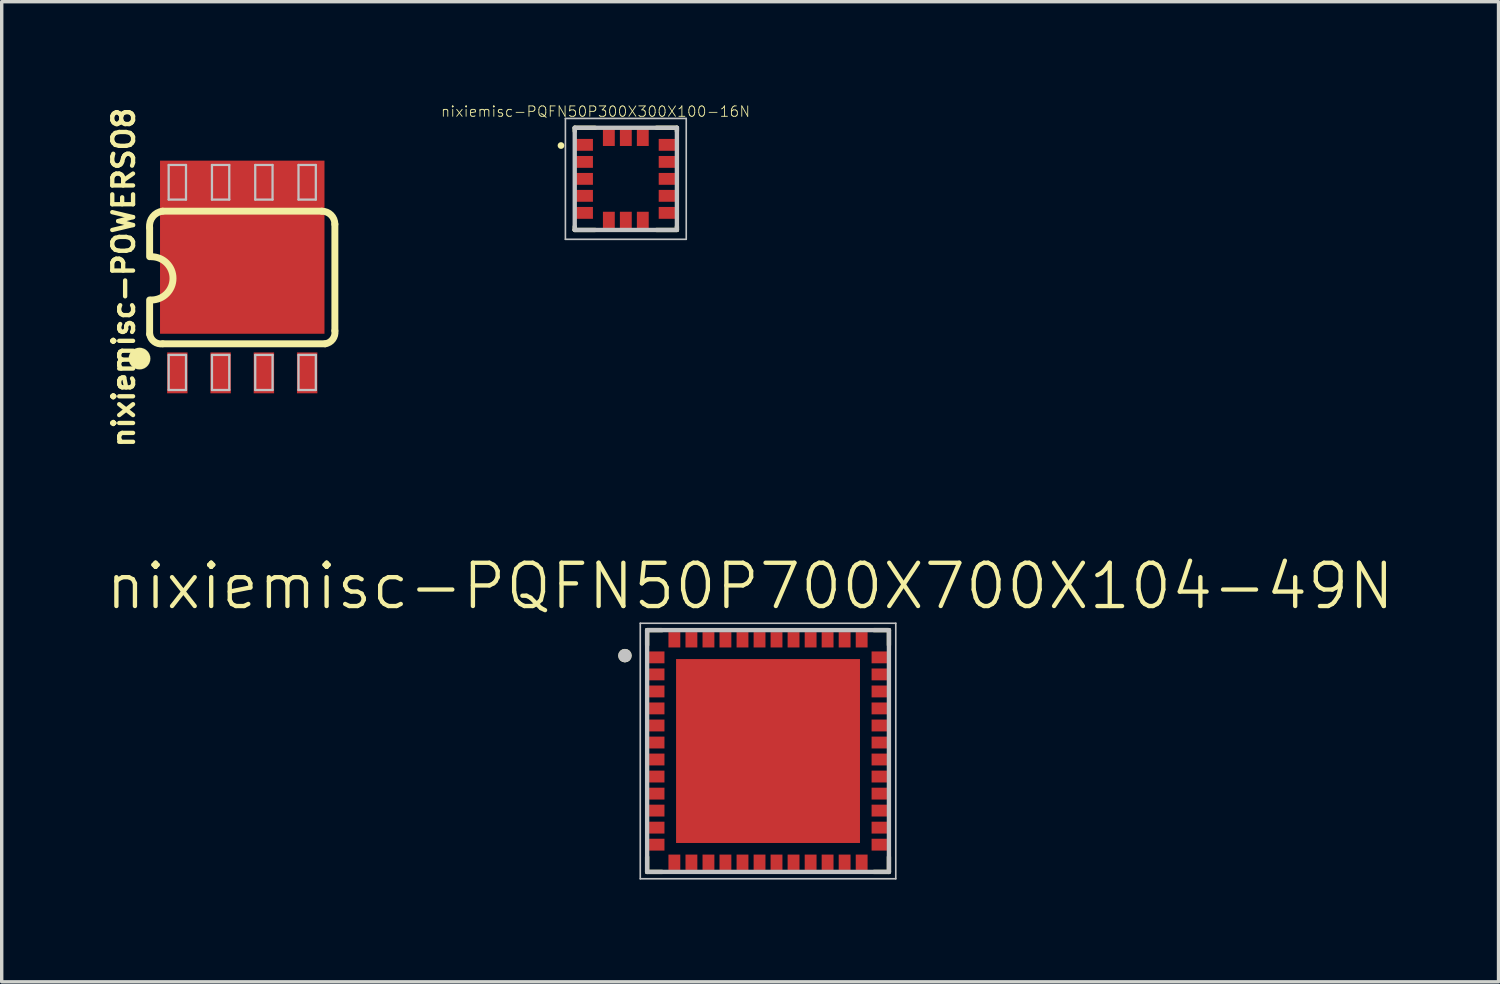
<source format=kicad_pcb>
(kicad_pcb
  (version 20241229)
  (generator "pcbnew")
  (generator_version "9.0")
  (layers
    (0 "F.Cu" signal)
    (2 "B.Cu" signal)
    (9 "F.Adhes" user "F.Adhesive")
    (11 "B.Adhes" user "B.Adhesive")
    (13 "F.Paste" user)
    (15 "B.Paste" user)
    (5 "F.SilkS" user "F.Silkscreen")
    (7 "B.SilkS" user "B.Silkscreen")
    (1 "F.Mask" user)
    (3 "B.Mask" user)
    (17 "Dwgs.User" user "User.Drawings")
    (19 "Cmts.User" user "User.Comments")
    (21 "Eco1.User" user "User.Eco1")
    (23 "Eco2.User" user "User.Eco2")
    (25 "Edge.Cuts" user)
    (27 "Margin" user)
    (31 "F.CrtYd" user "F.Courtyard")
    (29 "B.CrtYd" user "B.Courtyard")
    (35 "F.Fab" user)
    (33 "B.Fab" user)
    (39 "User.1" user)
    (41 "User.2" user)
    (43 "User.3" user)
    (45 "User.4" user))
  (footprint "nixiemisc-PQFN50P300X300X100-16N"
    (layer "F.Cu")
    (at 15.315 2.199)
    (property "Reference" "nixiemisc-PQFN50P300X300X100-16N" (at -0.889 -1.976 0) (layer "F.SilkS") (effects (font (size 0.305 0.305) (thickness 0.025))))
    (attr smd)
    (fp_line (start -1.499 -1.499) (end -0.899 -1.499) (stroke (width 0.127) (type solid)) (layer "F.SilkS"))
    (fp_line (start -1.499 -1.4) (end -1.499 -1.499) (stroke (width 0.127) (type solid)) (layer "F.SilkS"))
    (fp_line (start -1.499 1.4) (end -1.499 1.499) (stroke (width 0.127) (type solid)) (layer "F.SilkS"))
    (fp_line (start -1.499 1.499) (end -0.899 1.499) (stroke (width 0.127) (type solid)) (layer "F.SilkS"))
    (fp_line (start 0.899 -1.499) (end 1.499 -1.499) (stroke (width 0.127) (type solid)) (layer "F.SilkS"))
    (fp_line (start 0.899 1.499) (end 1.499 1.499) (stroke (width 0.127) (type solid)) (layer "F.SilkS"))
    (fp_line (start 1.499 -1.499) (end 1.499 -1.4) (stroke (width 0.127) (type solid)) (layer "F.SilkS"))
    (fp_line (start 1.499 1.499) (end 1.499 1.4) (stroke (width 0.127) (type solid)) (layer "F.SilkS"))
    (fp_circle (center -1.902 -0.978) (end -1.902 -1.077) (stroke (width 0) (type solid)) (fill yes) (layer "F.SilkS"))
    (fp_line (start -1.773 -1.773) (end 1.773 -1.773) (stroke (width 0.048) (type solid)) (layer "Dwgs.User"))
    (fp_line (start -1.773 1.773) (end -1.773 -1.773) (stroke (width 0.048) (type solid)) (layer "Dwgs.User"))
    (fp_line (start -1.499 -1.499) (end 1.499 -1.499) (stroke (width 0.127) (type solid)) (layer "Dwgs.User"))
    (fp_line (start -1.499 1.499) (end -1.499 -1.499) (stroke (width 0.127) (type solid)) (layer "Dwgs.User"))
    (fp_line (start 1.499 -1.499) (end 1.499 1.499) (stroke (width 0.127) (type solid)) (layer "Dwgs.User"))
    (fp_line (start 1.499 1.499) (end -1.499 1.499) (stroke (width 0.127) (type solid)) (layer "Dwgs.User"))
    (fp_line (start 1.773 -1.773) (end 1.773 1.773) (stroke (width 0.048) (type solid)) (layer "Dwgs.User"))
    (fp_line (start 1.773 1.773) (end -1.773 1.773) (stroke (width 0.048) (type solid)) (layer "Dwgs.User"))
    (pad "1" smd rect (at -1.224 -0.998) (size 0.518 0.348) (layers "F.Cu" "F.Mask" "F.Paste"))
    (pad "2" smd rect (at -1.224 -0.498) (size 0.518 0.348) (layers "F.Cu" "F.Mask" "F.Paste"))
    (pad "3" smd rect (at -1.224 0) (size 0.518 0.348) (layers "F.Cu" "F.Mask" "F.Paste"))
    (pad "4" smd rect (at -1.224 0.498) (size 0.518 0.348) (layers "F.Cu" "F.Mask" "F.Paste"))
    (pad "5" smd rect (at -1.224 0.998) (size 0.518 0.348) (layers "F.Cu" "F.Mask" "F.Paste"))
    (pad "6" smd rect (at -0.498 1.224 90) (size 0.518 0.348) (layers "F.Cu" "F.Mask" "F.Paste"))
    (pad "7" smd rect (at 0 1.224 90) (size 0.518 0.348) (layers "F.Cu" "F.Mask" "F.Paste"))
    (pad "8" smd rect (at 0.498 1.224 90) (size 0.518 0.348) (layers "F.Cu" "F.Mask" "F.Paste"))
    (pad "9" smd rect (at 1.224 0.998 180) (size 0.518 0.348) (layers "F.Cu" "F.Mask" "F.Paste"))
    (pad "10" smd rect (at 1.224 0.498 180) (size 0.518 0.348) (layers "F.Cu" "F.Mask" "F.Paste"))
    (pad "11" smd rect (at 1.224 0 180) (size 0.518 0.348) (layers "F.Cu" "F.Mask" "F.Paste"))
    (pad "12" smd rect (at 1.224 -0.498 180) (size 0.518 0.348) (layers "F.Cu" "F.Mask" "F.Paste"))
    (pad "13" smd rect (at 1.224 -0.998 180) (size 0.518 0.348) (layers "F.Cu" "F.Mask" "F.Paste"))
    (pad "14" smd rect (at 0.498 -1.224 90) (size 0.518 0.348) (layers "F.Cu" "F.Mask" "F.Paste"))
    (pad "15" smd rect (at 0 -1.224 90) (size 0.518 0.348) (layers "F.Cu" "F.Mask" "F.Paste"))
    (pad "16" smd rect (at -0.498 -1.224 90) (size 0.518 0.348) (layers "F.Cu" "F.Mask" "F.Paste")))
  (footprint "nixiemisc-PQFN50P700X700X104-49N"
    (layer "F.Cu")
    (at 19.488 18.989)
    (property "Reference" "nixiemisc-PQFN50P700X700X104-49N" (at -0.526 -4.836 0) (layer "F.SilkS") (effects (font (size 1.27 1.27) (thickness 0.127))))
    (attr smd)
    (fp_line (start -3.548 -3.548) (end -3.109 -3.548) (stroke (width 0.127) (type solid)) (layer "F.SilkS"))
    (fp_line (start -3.548 -3.109) (end -3.548 -3.548) (stroke (width 0.127) (type solid)) (layer "F.SilkS"))
    (fp_line (start -3.548 3.109) (end -3.548 3.548) (stroke (width 0.127) (type solid)) (layer "F.SilkS"))
    (fp_line (start -3.548 3.548) (end -3.109 3.548) (stroke (width 0.127) (type solid)) (layer "F.SilkS"))
    (fp_line (start 3.548 -3.548) (end 3.109 -3.548) (stroke (width 0.127) (type solid)) (layer "F.SilkS"))
    (fp_line (start 3.548 -3.109) (end 3.548 -3.548) (stroke (width 0.127) (type solid)) (layer "F.SilkS"))
    (fp_line (start 3.548 3.109) (end 3.548 3.548) (stroke (width 0.127) (type solid)) (layer "F.SilkS"))
    (fp_line (start 3.548 3.548) (end 3.109 3.548) (stroke (width 0.127) (type solid)) (layer "F.SilkS"))
    (fp_circle (center -4.199 -2.799) (end -4.199 -2.898) (stroke (width 0.198) (type solid)) (fill no) (layer "F.SilkS"))
    (fp_line (start -2.304 -0.394) (end -2.304 -2.304) (stroke (width 0.066) (type solid)) (layer "F.Paste"))
    (fp_line (start -2.304 0.394) (end -2.304 2.304) (stroke (width 0.066) (type solid)) (layer "F.Paste"))
    (fp_line (start -0.394 -2.304) (end -2.304 -2.304) (stroke (width 0.066) (type solid)) (layer "F.Paste"))
    (fp_line (start -0.394 -0.394) (end -2.304 -0.394) (stroke (width 0.066) (type solid)) (layer "F.Paste"))
    (fp_line (start -0.394 -0.394) (end -0.394 -2.304) (stroke (width 0.066) (type solid)) (layer "F.Paste"))
    (fp_line (start -0.394 0.394) (end -2.304 0.394) (stroke (width 0.066) (type solid)) (layer "F.Paste"))
    (fp_line (start -0.394 0.394) (end -0.394 2.304) (stroke (width 0.066) (type solid)) (layer "F.Paste"))
    (fp_line (start -0.394 2.304) (end -2.304 2.304) (stroke (width 0.066) (type solid)) (layer "F.Paste"))
    (fp_line (start 0.394 -2.304) (end 2.304 -2.304) (stroke (width 0.066) (type solid)) (layer "F.Paste"))
    (fp_line (start 0.394 -0.394) (end 0.394 -2.304) (stroke (width 0.066) (type solid)) (layer "F.Paste"))
    (fp_line (start 0.394 -0.394) (end 2.304 -0.394) (stroke (width 0.066) (type solid)) (layer "F.Paste"))
    (fp_line (start 0.394 0.394) (end 0.394 2.304) (stroke (width 0.066) (type solid)) (layer "F.Paste"))
    (fp_line (start 0.394 0.394) (end 2.304 0.394) (stroke (width 0.066) (type solid)) (layer "F.Paste"))
    (fp_line (start 0.394 2.304) (end 2.304 2.304) (stroke (width 0.066) (type solid)) (layer "F.Paste"))
    (fp_line (start 2.304 -0.394) (end 2.304 -2.304) (stroke (width 0.066) (type solid)) (layer "F.Paste"))
    (fp_line (start 2.304 0.394) (end 2.304 2.304) (stroke (width 0.066) (type solid)) (layer "F.Paste"))
    (fp_line (start -3.749 -3.749) (end -3.749 3.749) (stroke (width 0.048) (type solid)) (layer "Dwgs.User"))
    (fp_line (start -3.749 3.749) (end 3.749 3.749) (stroke (width 0.048) (type solid)) (layer "Dwgs.User"))
    (fp_line (start -3.548 -3.548) (end 3.548 -3.548) (stroke (width 0.127) (type solid)) (layer "Dwgs.User"))
    (fp_line (start -3.548 3.548) (end -3.548 -3.548) (stroke (width 0.127) (type solid)) (layer "Dwgs.User"))
    (fp_line (start 3.548 -3.548) (end 3.548 3.548) (stroke (width 0.127) (type solid)) (layer "Dwgs.User"))
    (fp_line (start 3.548 3.548) (end -3.548 3.548) (stroke (width 0.127) (type solid)) (layer "Dwgs.User"))
    (fp_line (start 3.749 -3.749) (end -3.749 -3.749) (stroke (width 0.048) (type solid)) (layer "Dwgs.User"))
    (fp_line (start 3.749 3.749) (end 3.749 -3.749) (stroke (width 0.048) (type solid)) (layer "Dwgs.User"))
    (fp_circle (center -4.199 -2.799) (end -4.199 -2.898) (stroke (width 0.198) (type solid)) (fill no) (layer "Dwgs.User"))
    (pad "1" smd rect (at -3.264 -2.748 180) (size 0.45 0.348) (layers "F.Cu" "F.Mask" "F.Paste"))
    (pad "2" smd rect (at -3.264 -2.248 180) (size 0.45 0.348) (layers "F.Cu" "F.Mask" "F.Paste"))
    (pad "3" smd rect (at -3.264 -1.748 180) (size 0.45 0.348) (layers "F.Cu" "F.Mask" "F.Paste"))
    (pad "4" smd rect (at -3.264 -1.25 180) (size 0.45 0.348) (layers "F.Cu" "F.Mask" "F.Paste"))
    (pad "5" smd rect (at -3.264 -0.749 180) (size 0.45 0.348) (layers "F.Cu" "F.Mask" "F.Paste"))
    (pad "6" smd rect (at -3.264 -0.249 180) (size 0.45 0.348) (layers "F.Cu" "F.Mask" "F.Paste"))
    (pad "7" smd rect (at -3.264 0.249 180) (size 0.45 0.348) (layers "F.Cu" "F.Mask" "F.Paste"))
    (pad "8" smd rect (at -3.264 0.749 180) (size 0.45 0.348) (layers "F.Cu" "F.Mask" "F.Paste"))
    (pad "9" smd rect (at -3.264 1.25 180) (size 0.45 0.348) (layers "F.Cu" "F.Mask" "F.Paste"))
    (pad "10" smd rect (at -3.264 1.748 180) (size 0.45 0.348) (layers "F.Cu" "F.Mask" "F.Paste"))
    (pad "11" smd rect (at -3.264 2.248 180) (size 0.45 0.348) (layers "F.Cu" "F.Mask" "F.Paste"))
    (pad "12" smd rect (at -3.264 2.748 180) (size 0.45 0.348) (layers "F.Cu" "F.Mask" "F.Paste"))
    (pad "13" smd rect (at -2.748 3.264 270) (size 0.45 0.348) (layers "F.Cu" "F.Mask" "F.Paste"))
    (pad "14" smd rect (at -2.248 3.264 270) (size 0.45 0.348) (layers "F.Cu" "F.Mask" "F.Paste"))
    (pad "15" smd rect (at -1.748 3.264 270) (size 0.45 0.348) (layers "F.Cu" "F.Mask" "F.Paste"))
    (pad "16" smd rect (at -1.25 3.264 270) (size 0.45 0.348) (layers "F.Cu" "F.Mask" "F.Paste"))
    (pad "17" smd rect (at -0.749 3.264 270) (size 0.45 0.348) (layers "F.Cu" "F.Mask" "F.Paste"))
    (pad "18" smd rect (at -0.249 3.264 270) (size 0.45 0.348) (layers "F.Cu" "F.Mask" "F.Paste"))
    (pad "19" smd rect (at 0.249 3.264 270) (size 0.45 0.348) (layers "F.Cu" "F.Mask" "F.Paste"))
    (pad "20" smd rect (at 0.749 3.264 270) (size 0.45 0.348) (layers "F.Cu" "F.Mask" "F.Paste"))
    (pad "21" smd rect (at 1.25 3.264 270) (size 0.45 0.348) (layers "F.Cu" "F.Mask" "F.Paste"))
    (pad "22" smd rect (at 1.748 3.264 270) (size 0.45 0.348) (layers "F.Cu" "F.Mask" "F.Paste"))
    (pad "23" smd rect (at 2.248 3.264 270) (size 0.45 0.348) (layers "F.Cu" "F.Mask" "F.Paste"))
    (pad "24" smd rect (at 2.748 3.264 270) (size 0.45 0.348) (layers "F.Cu" "F.Mask" "F.Paste"))
    (pad "25" smd rect (at 3.264 2.748) (size 0.45 0.348) (layers "F.Cu" "F.Mask" "F.Paste"))
    (pad "26" smd rect (at 3.264 2.248) (size 0.45 0.348) (layers "F.Cu" "F.Mask" "F.Paste"))
    (pad "27" smd rect (at 3.264 1.748) (size 0.45 0.348) (layers "F.Cu" "F.Mask" "F.Paste"))
    (pad "28" smd rect (at 3.264 1.25) (size 0.45 0.348) (layers "F.Cu" "F.Mask" "F.Paste"))
    (pad "29" smd rect (at 3.264 0.749) (size 0.45 0.348) (layers "F.Cu" "F.Mask" "F.Paste"))
    (pad "30" smd rect (at 3.264 0.249) (size 0.45 0.348) (layers "F.Cu" "F.Mask" "F.Paste"))
    (pad "31" smd rect (at 3.264 -0.249) (size 0.45 0.348) (layers "F.Cu" "F.Mask" "F.Paste"))
    (pad "32" smd rect (at 3.264 -0.749) (size 0.45 0.348) (layers "F.Cu" "F.Mask" "F.Paste"))
    (pad "33" smd rect (at 3.264 -1.25) (size 0.45 0.348) (layers "F.Cu" "F.Mask" "F.Paste"))
    (pad "34" smd rect (at 3.264 -1.748) (size 0.45 0.348) (layers "F.Cu" "F.Mask" "F.Paste"))
    (pad "35" smd rect (at 3.264 -2.248) (size 0.45 0.348) (layers "F.Cu" "F.Mask" "F.Paste"))
    (pad "36" smd rect (at 3.264 -2.748) (size 0.45 0.348) (layers "F.Cu" "F.Mask" "F.Paste"))
    (pad "37" smd rect (at 2.748 -3.264 90) (size 0.45 0.348) (layers "F.Cu" "F.Mask" "F.Paste"))
    (pad "38" smd rect (at 2.248 -3.264 90) (size 0.45 0.348) (layers "F.Cu" "F.Mask" "F.Paste"))
    (pad "39" smd rect (at 1.748 -3.264 90) (size 0.45 0.348) (layers "F.Cu" "F.Mask" "F.Paste"))
    (pad "40" smd rect (at 1.25 -3.264 90) (size 0.45 0.348) (layers "F.Cu" "F.Mask" "F.Paste"))
    (pad "41" smd rect (at 0.749 -3.264 90) (size 0.45 0.348) (layers "F.Cu" "F.Mask" "F.Paste"))
    (pad "42" smd rect (at 0.249 -3.264 90) (size 0.45 0.348) (layers "F.Cu" "F.Mask" "F.Paste"))
    (pad "43" smd rect (at -0.249 -3.264 90) (size 0.45 0.348) (layers "F.Cu" "F.Mask" "F.Paste"))
    (pad "44" smd rect (at -0.749 -3.264 90) (size 0.45 0.348) (layers "F.Cu" "F.Mask" "F.Paste"))
    (pad "45" smd rect (at -1.25 -3.264 90) (size 0.45 0.348) (layers "F.Cu" "F.Mask" "F.Paste"))
    (pad "46" smd rect (at -1.748 -3.264 90) (size 0.45 0.348) (layers "F.Cu" "F.Mask" "F.Paste"))
    (pad "47" smd rect (at -2.248 -3.264 90) (size 0.45 0.348) (layers "F.Cu" "F.Mask" "F.Paste"))
    (pad "48" smd rect (at -2.748 -3.264 90) (size 0.45 0.348) (layers "F.Cu" "F.Mask" "F.Paste"))
    (pad "49" smd rect (at 0 0) (size 5.397 5.397) (layers "F.Cu" "F.Mask" "F.Paste")))
  (footprint "nixiemisc-POWERSO8"
    (layer "F.Cu")
    (at 4.059 5.093)
    (property "Reference" "nixiemisc-POWERSO8" (at -3.48 0 90) (layer "F.SilkS") (effects (font (size 0.61 0.61) (thickness 0.127))))
    (attr smd)
    (fp_line (start -2.718 -1.45) (end -2.718 -0.61) (stroke (width 0.203) (type solid)) (layer "F.SilkS"))
    (fp_line (start -2.718 1.664) (end -2.718 0.66) (stroke (width 0.203) (type solid)) (layer "F.SilkS"))
    (fp_line (start -2.337 1.946) (end 2.436 1.946) (stroke (width 0.203) (type solid)) (layer "F.SilkS"))
    (fp_line (start 2.337 -1.946) (end -2.337 -1.946) (stroke (width 0.203) (type solid)) (layer "F.SilkS"))
    (fp_line (start 2.718 1.565) (end 2.718 -1.565) (stroke (width 0.203) (type solid)) (layer "F.SilkS"))
    (fp_arc (start -2.7178 -1.46304) (mid -2.62725 -1.783248) (end -2.3368 -1.94564) (stroke (width 0.2032) (type solid)) (layer "F.SilkS"))
    (fp_arc (start -2.667 -0.6096) (mid -2.032 0.0254) (end -2.667 0.6604) (stroke (width 0.2032) (type solid)) (layer "F.SilkS"))
    (fp_arc (start -2.3368 1.94564) (mid -2.584422 1.883052) (end -2.71526 1.6637) (stroke (width 0.2032) (type solid)) (layer "F.SilkS"))
    (fp_arc (start 2.3368 -1.94564) (mid 2.606208 -1.834048) (end 2.7178 -1.56464) (stroke (width 0.2032) (type solid)) (layer "F.SilkS"))
    (fp_arc (start 2.7178 1.56464) (mid 2.654468 1.814058) (end 2.43332 1.94564) (stroke (width 0.2032) (type solid)) (layer "F.SilkS"))
    (fp_poly (pts (xy -2.697 2.38) (xy -2.705 2.309) (xy -2.728 2.243) (xy -2.766 2.182) (xy -2.817 2.131) (xy -2.878 2.093) (xy -2.944 2.07) (xy -3.015 2.062) (xy -3.086 2.07) (xy -3.152 2.093) (xy -3.213 2.131) (xy -3.264 2.182) (xy -3.302 2.243) (xy -3.325 2.309) (xy -3.332 2.38) (xy -3.325 2.451) (xy -3.302 2.517) (xy -3.264 2.578) (xy -3.213 2.629) (xy -3.152 2.667) (xy -3.086 2.69) (xy -3.015 2.697) (xy -2.944 2.69) (xy -2.878 2.667) (xy -2.817 2.629) (xy -2.766 2.578) (xy -2.728 2.517) (xy -2.705 2.451) (xy -2.697 2.38)) (stroke (width 0.003) (type solid)) (fill yes) (layer "F.SilkS"))
    (fp_line (start -2.159 -3.302) (end -1.651 -3.302) (stroke (width 0.066) (type solid)) (layer "Dwgs.User"))
    (fp_line (start -2.159 -2.286) (end -2.159 -3.302) (stroke (width 0.066) (type solid)) (layer "Dwgs.User"))
    (fp_line (start -2.159 -2.286) (end -1.651 -2.286) (stroke (width 0.066) (type solid)) (layer "Dwgs.User"))
    (fp_line (start -2.159 2.273) (end -1.651 2.273) (stroke (width 0.066) (type solid)) (layer "Dwgs.User"))
    (fp_line (start -2.159 3.302) (end -2.159 2.273) (stroke (width 0.066) (type solid)) (layer "Dwgs.User"))
    (fp_line (start -2.159 3.302) (end -1.651 3.302) (stroke (width 0.066) (type solid)) (layer "Dwgs.User"))
    (fp_line (start -1.651 -2.286) (end -1.651 -3.302) (stroke (width 0.066) (type solid)) (layer "Dwgs.User"))
    (fp_line (start -1.651 3.302) (end -1.651 2.273) (stroke (width 0.066) (type solid)) (layer "Dwgs.User"))
    (fp_line (start -0.889 -3.302) (end -0.381 -3.302) (stroke (width 0.066) (type solid)) (layer "Dwgs.User"))
    (fp_line (start -0.889 -2.286) (end -0.889 -3.302) (stroke (width 0.066) (type solid)) (layer "Dwgs.User"))
    (fp_line (start -0.889 -2.286) (end -0.381 -2.286) (stroke (width 0.066) (type solid)) (layer "Dwgs.User"))
    (fp_line (start -0.889 2.273) (end -0.381 2.273) (stroke (width 0.066) (type solid)) (layer "Dwgs.User"))
    (fp_line (start -0.889 3.302) (end -0.889 2.273) (stroke (width 0.066) (type solid)) (layer "Dwgs.User"))
    (fp_line (start -0.889 3.302) (end -0.381 3.302) (stroke (width 0.066) (type solid)) (layer "Dwgs.User"))
    (fp_line (start -0.381 -2.286) (end -0.381 -3.302) (stroke (width 0.066) (type solid)) (layer "Dwgs.User"))
    (fp_line (start -0.381 3.302) (end -0.381 2.273) (stroke (width 0.066) (type solid)) (layer "Dwgs.User"))
    (fp_line (start 0.381 -3.302) (end 0.889 -3.302) (stroke (width 0.066) (type solid)) (layer "Dwgs.User"))
    (fp_line (start 0.381 -2.286) (end 0.381 -3.302) (stroke (width 0.066) (type solid)) (layer "Dwgs.User"))
    (fp_line (start 0.381 -2.286) (end 0.889 -2.286) (stroke (width 0.066) (type solid)) (layer "Dwgs.User"))
    (fp_line (start 0.381 2.273) (end 0.889 2.273) (stroke (width 0.066) (type solid)) (layer "Dwgs.User"))
    (fp_line (start 0.381 3.302) (end 0.381 2.273) (stroke (width 0.066) (type solid)) (layer "Dwgs.User"))
    (fp_line (start 0.381 3.302) (end 0.889 3.302) (stroke (width 0.066) (type solid)) (layer "Dwgs.User"))
    (fp_line (start 0.889 -2.286) (end 0.889 -3.302) (stroke (width 0.066) (type solid)) (layer "Dwgs.User"))
    (fp_line (start 0.889 3.302) (end 0.889 2.273) (stroke (width 0.066) (type solid)) (layer "Dwgs.User"))
    (fp_line (start 1.651 -3.302) (end 2.159 -3.302) (stroke (width 0.066) (type solid)) (layer "Dwgs.User"))
    (fp_line (start 1.651 -2.286) (end 1.651 -3.302) (stroke (width 0.066) (type solid)) (layer "Dwgs.User"))
    (fp_line (start 1.651 -2.286) (end 2.159 -2.286) (stroke (width 0.066) (type solid)) (layer "Dwgs.User"))
    (fp_line (start 1.651 2.273) (end 2.159 2.273) (stroke (width 0.066) (type solid)) (layer "Dwgs.User"))
    (fp_line (start 1.651 3.302) (end 1.651 2.273) (stroke (width 0.066) (type solid)) (layer "Dwgs.User"))
    (fp_line (start 1.651 3.302) (end 2.159 3.302) (stroke (width 0.066) (type solid)) (layer "Dwgs.User"))
    (fp_line (start 2.159 -2.286) (end 2.159 -3.302) (stroke (width 0.066) (type solid)) (layer "Dwgs.User"))
    (fp_line (start 2.159 3.302) (end 2.159 2.273) (stroke (width 0.066) (type solid)) (layer "Dwgs.User"))
    (pad "0" smd rect (at 0 -0.889) (size 4.826 5.08) (layers "F.Cu" "F.Mask" "F.Paste"))
    (pad "1" smd rect (at -1.905 2.799) (size 0.599 1.199) (layers "F.Cu" "F.Mask" "F.Paste"))
    (pad "2" smd rect (at -0.635 2.799) (size 0.599 1.199) (layers "F.Cu" "F.Mask" "F.Paste"))
    (pad "3" smd rect (at 0.635 2.799) (size 0.599 1.199) (layers "F.Cu" "F.Mask" "F.Paste"))
    (pad "4" smd rect (at 1.905 2.799) (size 0.599 1.199) (layers "F.Cu" "F.Mask" "F.Paste"))
    (pad "5" smd rect (at 1.905 -2.799) (size 0.599 1.199) (layers "F.Cu" "F.Mask" "F.Paste"))
    (pad "6" smd rect (at 0.635 -2.799) (size 0.599 1.199) (layers "F.Cu" "F.Mask" "F.Paste"))
    (pad "7" smd rect (at -0.635 -2.799) (size 0.599 1.199) (layers "F.Cu" "F.Mask" "F.Paste"))
    (pad "8" smd rect (at -1.905 -2.799) (size 0.599 1.199) (layers "F.Cu" "F.Mask" "F.Paste")))
  (gr_rect
    (start -3 -3)
    (end 40.925 25.762)
    (stroke (width 0.1) (type default))
    (fill no)
    (layer "Edge.Cuts")))
</source>
